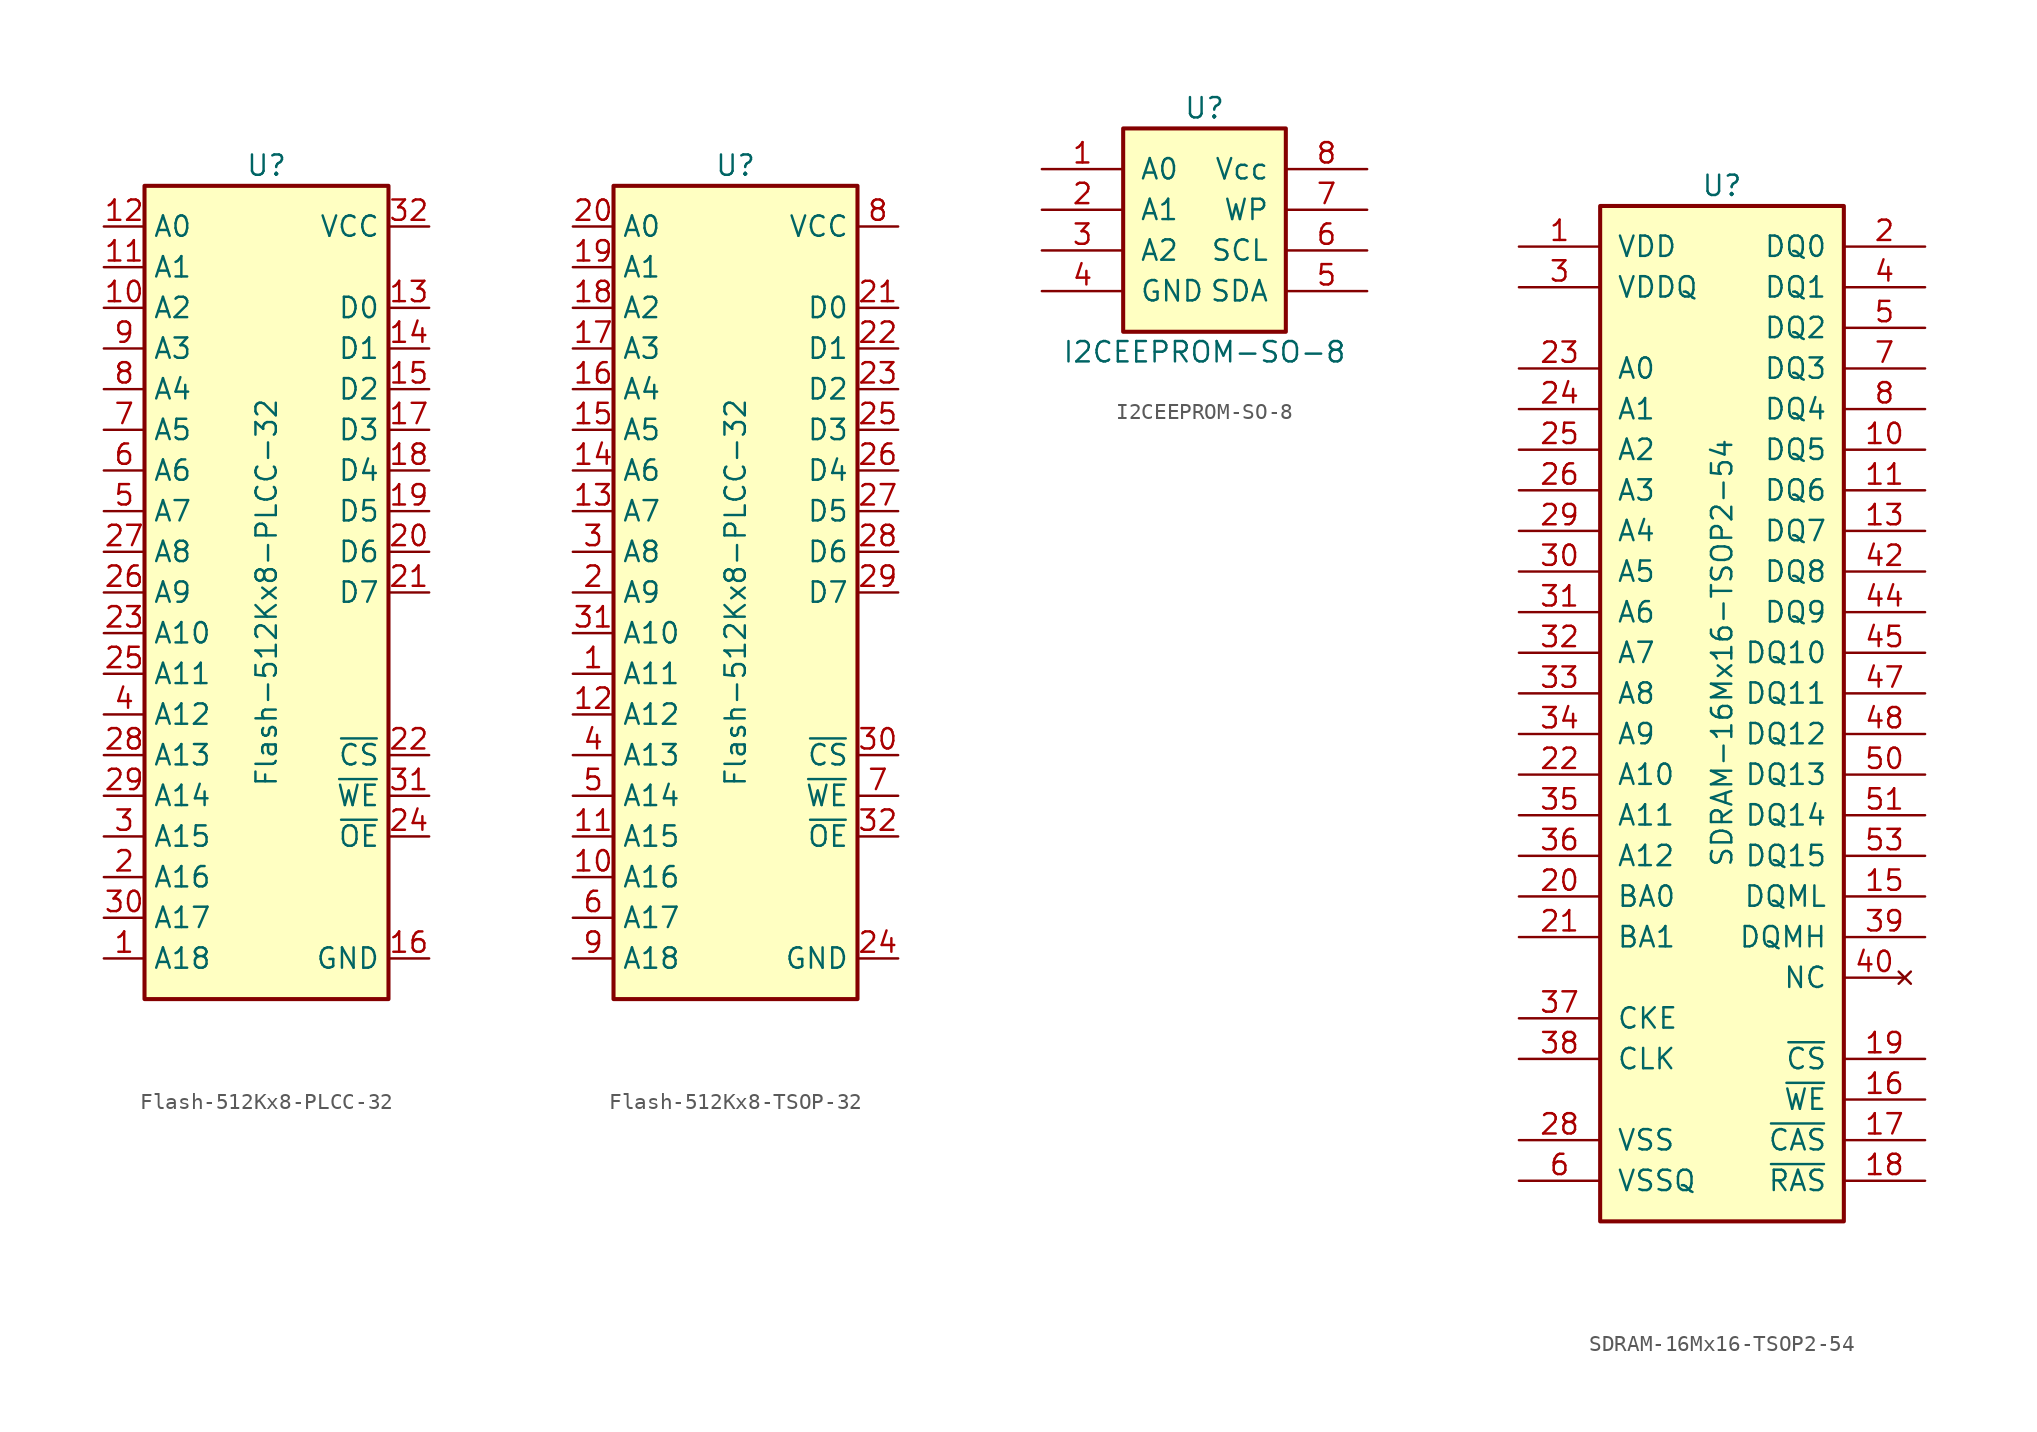
<source format=kicad_sym>
(kicad_symbol_lib
  (version 20231120)
  (generator "kicad_symbol_editor")
  (generator_version "8.0")
  (symbol "Flash-512Kx8-PLCC-32"
    (property "Reference" "U"
      (at 0 26.67 0)
      (effects (font (size 1.27 1.27))))
    (property "Value" "Flash-512Kx8-PLCC-32"
      (at 0 0 90)
      (effects (font (size 1.27 1.27))))
    (symbol "Flash-512Kx8-PLCC-32_0_0"
      (pin power_in line (at 10.16 -22.86 180) (length 2.54) (name "GND" (effects (font (size 1.27 1.27)))) (number "16" (effects (font (size 1.27 1.27)))))
      (pin power_in line (at 10.16 22.86 180) (length 2.54) (name "VCC" (effects (font (size 1.27 1.27)))) (number "32" (effects (font (size 1.27 1.27))))))
    (symbol "Flash-512Kx8-PLCC-32_0_1"
      (rectangle (start -7.62 25.4) (end 7.62 -25.4) (stroke (width 0.254) (type default)) (fill (type background))))
    (symbol "Flash-512Kx8-PLCC-32_1_1"
      (pin input line (at -10.16 -22.86 0) (length 2.54) (name "A18" (effects (font (size 1.27 1.27)))) (number "1" (effects (font (size 1.27 1.27)))))
      (pin input line (at -10.16 17.78 0) (length 2.54) (name "A2" (effects (font (size 1.27 1.27)))) (number "10" (effects (font (size 1.27 1.27)))))
      (pin input line (at -10.16 20.32 0) (length 2.54) (name "A1" (effects (font (size 1.27 1.27)))) (number "11" (effects (font (size 1.27 1.27)))))
      (pin input line (at -10.16 22.86 0) (length 2.54) (name "A0" (effects (font (size 1.27 1.27)))) (number "12" (effects (font (size 1.27 1.27)))))
      (pin bidirectional line (at 10.16 17.78 180) (length 2.54) (name "D0" (effects (font (size 1.27 1.27)))) (number "13" (effects (font (size 1.27 1.27)))))
      (pin bidirectional line (at 10.16 15.24 180) (length 2.54) (name "D1" (effects (font (size 1.27 1.27)))) (number "14" (effects (font (size 1.27 1.27)))))
      (pin bidirectional line (at 10.16 12.7 180) (length 2.54) (name "D2" (effects (font (size 1.27 1.27)))) (number "15" (effects (font (size 1.27 1.27)))))
      (pin bidirectional line (at 10.16 10.16 180) (length 2.54) (name "D3" (effects (font (size 1.27 1.27)))) (number "17" (effects (font (size 1.27 1.27)))))
      (pin bidirectional line (at 10.16 7.62 180) (length 2.54) (name "D4" (effects (font (size 1.27 1.27)))) (number "18" (effects (font (size 1.27 1.27)))))
      (pin bidirectional line (at 10.16 5.08 180) (length 2.54) (name "D5" (effects (font (size 1.27 1.27)))) (number "19" (effects (font (size 1.27 1.27)))))
      (pin input line (at -10.16 -17.78 0) (length 2.54) (name "A16" (effects (font (size 1.27 1.27)))) (number "2" (effects (font (size 1.27 1.27)))))
      (pin bidirectional line (at 10.16 2.54 180) (length 2.54) (name "D6" (effects (font (size 1.27 1.27)))) (number "20" (effects (font (size 1.27 1.27)))))
      (pin bidirectional line (at 10.16 0 180) (length 2.54) (name "D7" (effects (font (size 1.27 1.27)))) (number "21" (effects (font (size 1.27 1.27)))))
      (pin input line (at 10.16 -10.16 180) (length 2.54) (name "~{CS}" (effects (font (size 1.27 1.27)))) (number "22" (effects (font (size 1.27 1.27)))))
      (pin input line (at -10.16 -2.54 0) (length 2.54) (name "A10" (effects (font (size 1.27 1.27)))) (number "23" (effects (font (size 1.27 1.27)))))
      (pin input line (at 10.16 -15.24 180) (length 2.54) (name "~{OE}" (effects (font (size 1.27 1.27)))) (number "24" (effects (font (size 1.27 1.27)))))
      (pin input line (at -10.16 -5.08 0) (length 2.54) (name "A11" (effects (font (size 1.27 1.27)))) (number "25" (effects (font (size 1.27 1.27)))))
      (pin input line (at -10.16 0 0) (length 2.54) (name "A9" (effects (font (size 1.27 1.27)))) (number "26" (effects (font (size 1.27 1.27)))))
      (pin input line (at -10.16 2.54 0) (length 2.54) (name "A8" (effects (font (size 1.27 1.27)))) (number "27" (effects (font (size 1.27 1.27)))))
      (pin input line (at -10.16 -10.16 0) (length 2.54) (name "A13" (effects (font (size 1.27 1.27)))) (number "28" (effects (font (size 1.27 1.27)))))
      (pin input line (at -10.16 -12.7 0) (length 2.54) (name "A14" (effects (font (size 1.27 1.27)))) (number "29" (effects (font (size 1.27 1.27)))))
      (pin input line (at -10.16 -15.24 0) (length 2.54) (name "A15" (effects (font (size 1.27 1.27)))) (number "3" (effects (font (size 1.27 1.27)))))
      (pin input line (at -10.16 -20.32 0) (length 2.54) (name "A17" (effects (font (size 1.27 1.27)))) (number "30" (effects (font (size 1.27 1.27)))))
      (pin input line (at 10.16 -12.7 180) (length 2.54) (name "~{WE}" (effects (font (size 1.27 1.27)))) (number "31" (effects (font (size 1.27 1.27)))))
      (pin input line (at -10.16 -7.62 0) (length 2.54) (name "A12" (effects (font (size 1.27 1.27)))) (number "4" (effects (font (size 1.27 1.27)))))
      (pin input line (at -10.16 5.08 0) (length 2.54) (name "A7" (effects (font (size 1.27 1.27)))) (number "5" (effects (font (size 1.27 1.27)))))
      (pin input line (at -10.16 7.62 0) (length 2.54) (name "A6" (effects (font (size 1.27 1.27)))) (number "6" (effects (font (size 1.27 1.27)))))
      (pin input line (at -10.16 10.16 0) (length 2.54) (name "A5" (effects (font (size 1.27 1.27)))) (number "7" (effects (font (size 1.27 1.27)))))
      (pin input line (at -10.16 12.7 0) (length 2.54) (name "A4" (effects (font (size 1.27 1.27)))) (number "8" (effects (font (size 1.27 1.27)))))
      (pin input line (at -10.16 15.24 0) (length 2.54) (name "A3" (effects (font (size 1.27 1.27)))) (number "9" (effects (font (size 1.27 1.27)))))))
  (symbol "Flash-512Kx8-TSOP-32"
    (property "Reference" "U"
      (at 0 26.67 0)
      (effects (font (size 1.27 1.27))))
    (property "Value" "Flash-512Kx8-PLCC-32"
      (at 0 0 90)
      (effects (font (size 1.27 1.27))))
    (symbol "Flash-512Kx8-TSOP-32_0_1"
      (rectangle (start -7.62 25.4) (end 7.62 -25.4) (stroke (width 0.254) (type default)) (fill (type background))))
    (symbol "Flash-512Kx8-TSOP-32_1_0"
      (pin power_in line (at 10.16 -22.86 180) (length 2.54) (name "GND" (effects (font (size 1.27 1.27)))) (number "24" (effects (font (size 1.27 1.27)))))
      (pin power_in line (at 10.16 22.86 180) (length 2.54) (name "VCC" (effects (font (size 1.27 1.27)))) (number "8" (effects (font (size 1.27 1.27))))))
    (symbol "Flash-512Kx8-TSOP-32_1_1"
      (pin input line (at -10.16 -5.08 0) (length 2.54) (name "A11" (effects (font (size 1.27 1.27)))) (number "1" (effects (font (size 1.27 1.27)))))
      (pin input line (at -10.16 -17.78 0) (length 2.54) (name "A16" (effects (font (size 1.27 1.27)))) (number "10" (effects (font (size 1.27 1.27)))))
      (pin input line (at -10.16 -15.24 0) (length 2.54) (name "A15" (effects (font (size 1.27 1.27)))) (number "11" (effects (font (size 1.27 1.27)))))
      (pin input line (at -10.16 -7.62 0) (length 2.54) (name "A12" (effects (font (size 1.27 1.27)))) (number "12" (effects (font (size 1.27 1.27)))))
      (pin input line (at -10.16 5.08 0) (length 2.54) (name "A7" (effects (font (size 1.27 1.27)))) (number "13" (effects (font (size 1.27 1.27)))))
      (pin input line (at -10.16 7.62 0) (length 2.54) (name "A6" (effects (font (size 1.27 1.27)))) (number "14" (effects (font (size 1.27 1.27)))))
      (pin input line (at -10.16 10.16 0) (length 2.54) (name "A5" (effects (font (size 1.27 1.27)))) (number "15" (effects (font (size 1.27 1.27)))))
      (pin input line (at -10.16 12.7 0) (length 2.54) (name "A4" (effects (font (size 1.27 1.27)))) (number "16" (effects (font (size 1.27 1.27)))))
      (pin input line (at -10.16 15.24 0) (length 2.54) (name "A3" (effects (font (size 1.27 1.27)))) (number "17" (effects (font (size 1.27 1.27)))))
      (pin input line (at -10.16 17.78 0) (length 2.54) (name "A2" (effects (font (size 1.27 1.27)))) (number "18" (effects (font (size 1.27 1.27)))))
      (pin input line (at -10.16 20.32 0) (length 2.54) (name "A1" (effects (font (size 1.27 1.27)))) (number "19" (effects (font (size 1.27 1.27)))))
      (pin input line (at -10.16 0 0) (length 2.54) (name "A9" (effects (font (size 1.27 1.27)))) (number "2" (effects (font (size 1.27 1.27)))))
      (pin input line (at -10.16 22.86 0) (length 2.54) (name "A0" (effects (font (size 1.27 1.27)))) (number "20" (effects (font (size 1.27 1.27)))))
      (pin bidirectional line (at 10.16 17.78 180) (length 2.54) (name "D0" (effects (font (size 1.27 1.27)))) (number "21" (effects (font (size 1.27 1.27)))))
      (pin bidirectional line (at 10.16 15.24 180) (length 2.54) (name "D1" (effects (font (size 1.27 1.27)))) (number "22" (effects (font (size 1.27 1.27)))))
      (pin bidirectional line (at 10.16 12.7 180) (length 2.54) (name "D2" (effects (font (size 1.27 1.27)))) (number "23" (effects (font (size 1.27 1.27)))))
      (pin bidirectional line (at 10.16 10.16 180) (length 2.54) (name "D3" (effects (font (size 1.27 1.27)))) (number "25" (effects (font (size 1.27 1.27)))))
      (pin bidirectional line (at 10.16 7.62 180) (length 2.54) (name "D4" (effects (font (size 1.27 1.27)))) (number "26" (effects (font (size 1.27 1.27)))))
      (pin bidirectional line (at 10.16 5.08 180) (length 2.54) (name "D5" (effects (font (size 1.27 1.27)))) (number "27" (effects (font (size 1.27 1.27)))))
      (pin bidirectional line (at 10.16 2.54 180) (length 2.54) (name "D6" (effects (font (size 1.27 1.27)))) (number "28" (effects (font (size 1.27 1.27)))))
      (pin bidirectional line (at 10.16 0 180) (length 2.54) (name "D7" (effects (font (size 1.27 1.27)))) (number "29" (effects (font (size 1.27 1.27)))))
      (pin input line (at -10.16 2.54 0) (length 2.54) (name "A8" (effects (font (size 1.27 1.27)))) (number "3" (effects (font (size 1.27 1.27)))))
      (pin input line (at 10.16 -10.16 180) (length 2.54) (name "~{CS}" (effects (font (size 1.27 1.27)))) (number "30" (effects (font (size 1.27 1.27)))))
      (pin input line (at -10.16 -2.54 0) (length 2.54) (name "A10" (effects (font (size 1.27 1.27)))) (number "31" (effects (font (size 1.27 1.27)))))
      (pin input line (at 10.16 -15.24 180) (length 2.54) (name "~{OE}" (effects (font (size 1.27 1.27)))) (number "32" (effects (font (size 1.27 1.27)))))
      (pin input line (at -10.16 -10.16 0) (length 2.54) (name "A13" (effects (font (size 1.27 1.27)))) (number "4" (effects (font (size 1.27 1.27)))))
      (pin input line (at -10.16 -12.7 0) (length 2.54) (name "A14" (effects (font (size 1.27 1.27)))) (number "5" (effects (font (size 1.27 1.27)))))
      (pin input line (at -10.16 -20.32 0) (length 2.54) (name "A17" (effects (font (size 1.27 1.27)))) (number "6" (effects (font (size 1.27 1.27)))))
      (pin input line (at 10.16 -12.7 180) (length 2.54) (name "~{WE}" (effects (font (size 1.27 1.27)))) (number "7" (effects (font (size 1.27 1.27)))))
      (pin input line (at -10.16 -22.86 0) (length 2.54) (name "A18" (effects (font (size 1.27 1.27)))) (number "9" (effects (font (size 1.27 1.27)))))))
  (symbol "I2CEEPROM-SO-8"
    (pin_names
      (offset 1.016))
    (property "Reference" "U"
      (at 0 7.62 0)
      (effects (font (size 1.27 1.27))))
    (property "Value" "I2CEEPROM-SO-8"
      (at 0 -7.62 0)
      (effects (font (size 1.27 1.27))))
    (symbol "I2CEEPROM-SO-8_0_1"
      (rectangle (start -5.08 6.35) (end 5.08 -6.35) (stroke (width 0.254) (type default)) (fill (type background))))
    (symbol "I2CEEPROM-SO-8_1_1"
      (pin input line (at -10.16 3.81 0) (length 5.08) (name "A0" (effects (font (size 1.27 1.27)))) (number "1" (effects (font (size 1.27 1.27)))))
      (pin input line (at -10.16 1.27 0) (length 5.08) (name "A1" (effects (font (size 1.27 1.27)))) (number "2" (effects (font (size 1.27 1.27)))))
      (pin input line (at -10.16 -1.27 0) (length 5.08) (name "A2" (effects (font (size 1.27 1.27)))) (number "3" (effects (font (size 1.27 1.27)))))
      (pin power_in line (at -10.16 -3.81 0) (length 5.08) (name "GND" (effects (font (size 1.27 1.27)))) (number "4" (effects (font (size 1.27 1.27)))))
      (pin open_collector line (at 10.16 -3.81 180) (length 5.08) (name "SDA" (effects (font (size 1.27 1.27)))) (number "5" (effects (font (size 1.27 1.27)))))
      (pin input line (at 10.16 -1.27 180) (length 5.08) (name "SCL" (effects (font (size 1.27 1.27)))) (number "6" (effects (font (size 1.27 1.27)))))
      (pin input line (at 10.16 1.27 180) (length 5.08) (name "WP" (effects (font (size 1.27 1.27)))) (number "7" (effects (font (size 1.27 1.27)))))
      (pin power_in line (at 10.16 3.81 180) (length 5.08) (name "Vcc" (effects (font (size 1.27 1.27)))) (number "8" (effects (font (size 1.27 1.27)))))))
  (symbol "SDRAM-16Mx16-TSOP2-54"
    (pin_names
      (offset 1.016))
    (property "Reference" "U"
      (at 0 29.21 0)
      (effects (font (size 1.27 1.27))))
    (property "Value" "SDRAM-16Mx16-TSOP2-54"
      (at 0 0 90)
      (effects (font (size 1.27 1.27))))
    (symbol "SDRAM-16Mx16-TSOP2-54_0_1"
      (rectangle (start -7.62 27.94) (end 7.62 -35.56) (stroke (width 0.254) (type default)) (fill (type background))))
    (symbol "SDRAM-16Mx16-TSOP2-54_1_1"
      (pin power_in line (at -12.7 25.4 0) (length 5.08) (name "VDD" (effects (font (size 1.27 1.27)))) (number "1" (effects (font (size 1.27 1.27)))))
      (pin bidirectional line (at 12.7 12.7 180) (length 5.08) (name "DQ5" (effects (font (size 1.27 1.27)))) (number "10" (effects (font (size 1.27 1.27)))))
      (pin bidirectional line (at 12.7 10.16 180) (length 5.08) (name "DQ6" (effects (font (size 1.27 1.27)))) (number "11" (effects (font (size 1.27 1.27)))))
      (pin power_in line (at -12.7 -33.02 0) (length 5.08) hide (name "VSSQ" (effects (font (size 1.27 1.27)))) (number "12" (effects (font (size 1.27 1.27)))))
      (pin bidirectional line (at 12.7 7.62 180) (length 5.08) (name "DQ7" (effects (font (size 1.27 1.27)))) (number "13" (effects (font (size 1.27 1.27)))))
      (pin power_in line (at -12.7 25.4 0) (length 5.08) hide (name "VDD" (effects (font (size 1.27 1.27)))) (number "14" (effects (font (size 1.27 1.27)))))
      (pin input line (at 12.7 -15.24 180) (length 5.08) (name "DQML" (effects (font (size 1.27 1.27)))) (number "15" (effects (font (size 1.27 1.27)))))
      (pin input line (at 12.7 -27.94 180) (length 5.08) (name "~{WE}" (effects (font (size 1.27 1.27)))) (number "16" (effects (font (size 1.27 1.27)))))
      (pin input line (at 12.7 -30.48 180) (length 5.08) (name "~{CAS}" (effects (font (size 1.27 1.27)))) (number "17" (effects (font (size 1.27 1.27)))))
      (pin input line (at 12.7 -33.02 180) (length 5.08) (name "~{RAS}" (effects (font (size 1.27 1.27)))) (number "18" (effects (font (size 1.27 1.27)))))
      (pin input line (at 12.7 -25.4 180) (length 5.08) (name "~{CS}" (effects (font (size 1.27 1.27)))) (number "19" (effects (font (size 1.27 1.27)))))
      (pin bidirectional line (at 12.7 25.4 180) (length 5.08) (name "DQ0" (effects (font (size 1.27 1.27)))) (number "2" (effects (font (size 1.27 1.27)))))
      (pin input line (at -12.7 -15.24 0) (length 5.08) (name "BA0" (effects (font (size 1.27 1.27)))) (number "20" (effects (font (size 1.27 1.27)))))
      (pin input line (at -12.7 -17.78 0) (length 5.08) (name "BA1" (effects (font (size 1.27 1.27)))) (number "21" (effects (font (size 1.27 1.27)))))
      (pin input line (at -12.7 -7.62 0) (length 5.08) (name "A10" (effects (font (size 1.27 1.27)))) (number "22" (effects (font (size 1.27 1.27)))))
      (pin input line (at -12.7 17.78 0) (length 5.08) (name "A0" (effects (font (size 1.27 1.27)))) (number "23" (effects (font (size 1.27 1.27)))))
      (pin input line (at -12.7 15.24 0) (length 5.08) (name "A1" (effects (font (size 1.27 1.27)))) (number "24" (effects (font (size 1.27 1.27)))))
      (pin input line (at -12.7 12.7 0) (length 5.08) (name "A2" (effects (font (size 1.27 1.27)))) (number "25" (effects (font (size 1.27 1.27)))))
      (pin input line (at -12.7 10.16 0) (length 5.08) (name "A3" (effects (font (size 1.27 1.27)))) (number "26" (effects (font (size 1.27 1.27)))))
      (pin power_in line (at -12.7 25.4 0) (length 5.08) hide (name "VDD" (effects (font (size 1.27 1.27)))) (number "27" (effects (font (size 1.27 1.27)))))
      (pin power_in line (at -12.7 -30.48 0) (length 5.08) (name "VSS" (effects (font (size 1.27 1.27)))) (number "28" (effects (font (size 1.27 1.27)))))
      (pin input line (at -12.7 7.62 0) (length 5.08) (name "A4" (effects (font (size 1.27 1.27)))) (number "29" (effects (font (size 1.27 1.27)))))
      (pin power_in line (at -12.7 22.86 0) (length 5.08) (name "VDDQ" (effects (font (size 1.27 1.27)))) (number "3" (effects (font (size 1.27 1.27)))))
      (pin input line (at -12.7 5.08 0) (length 5.08) (name "A5" (effects (font (size 1.27 1.27)))) (number "30" (effects (font (size 1.27 1.27)))))
      (pin input line (at -12.7 2.54 0) (length 5.08) (name "A6" (effects (font (size 1.27 1.27)))) (number "31" (effects (font (size 1.27 1.27)))))
      (pin input line (at -12.7 0 0) (length 5.08) (name "A7" (effects (font (size 1.27 1.27)))) (number "32" (effects (font (size 1.27 1.27)))))
      (pin input line (at -12.7 -2.54 0) (length 5.08) (name "A8" (effects (font (size 1.27 1.27)))) (number "33" (effects (font (size 1.27 1.27)))))
      (pin input line (at -12.7 -5.08 0) (length 5.08) (name "A9" (effects (font (size 1.27 1.27)))) (number "34" (effects (font (size 1.27 1.27)))))
      (pin input line (at -12.7 -10.16 0) (length 5.08) (name "A11" (effects (font (size 1.27 1.27)))) (number "35" (effects (font (size 1.27 1.27)))))
      (pin input line (at -12.7 -12.7 0) (length 5.08) (name "A12" (effects (font (size 1.27 1.27)))) (number "36" (effects (font (size 1.27 1.27)))))
      (pin input line (at -12.7 -22.86 0) (length 5.08) (name "CKE" (effects (font (size 1.27 1.27)))) (number "37" (effects (font (size 1.27 1.27)))))
      (pin input line (at -12.7 -25.4 0) (length 5.08) (name "CLK" (effects (font (size 1.27 1.27)))) (number "38" (effects (font (size 1.27 1.27)))))
      (pin input line (at 12.7 -17.78 180) (length 5.08) (name "DQMH" (effects (font (size 1.27 1.27)))) (number "39" (effects (font (size 1.27 1.27)))))
      (pin bidirectional line (at 12.7 22.86 180) (length 5.08) (name "DQ1" (effects (font (size 1.27 1.27)))) (number "4" (effects (font (size 1.27 1.27)))))
      (pin no_connect line (at 11.43 -20.32 180) (length 3.81) (name "NC" (effects (font (size 1.27 1.27)))) (number "40" (effects (font (size 1.27 1.27)))))
      (pin power_in line (at -12.7 -30.48 0) (length 5.08) hide (name "VSS" (effects (font (size 1.27 1.27)))) (number "41" (effects (font (size 1.27 1.27)))))
      (pin bidirectional line (at 12.7 5.08 180) (length 5.08) (name "DQ8" (effects (font (size 1.27 1.27)))) (number "42" (effects (font (size 1.27 1.27)))))
      (pin power_in line (at -12.7 22.86 0) (length 5.08) hide (name "VDDQ" (effects (font (size 1.27 1.27)))) (number "43" (effects (font (size 1.27 1.27)))))
      (pin bidirectional line (at 12.7 2.54 180) (length 5.08) (name "DQ9" (effects (font (size 1.27 1.27)))) (number "44" (effects (font (size 1.27 1.27)))))
      (pin bidirectional line (at 12.7 0 180) (length 5.08) (name "DQ10" (effects (font (size 1.27 1.27)))) (number "45" (effects (font (size 1.27 1.27)))))
      (pin power_in line (at -12.7 -33.02 0) (length 5.08) hide (name "VSSQ" (effects (font (size 1.27 1.27)))) (number "46" (effects (font (size 1.27 1.27)))))
      (pin bidirectional line (at 12.7 -2.54 180) (length 5.08) (name "DQ11" (effects (font (size 1.27 1.27)))) (number "47" (effects (font (size 1.27 1.27)))))
      (pin bidirectional line (at 12.7 -5.08 180) (length 5.08) (name "DQ12" (effects (font (size 1.27 1.27)))) (number "48" (effects (font (size 1.27 1.27)))))
      (pin power_in line (at -12.7 22.86 0) (length 5.08) hide (name "VDDQ" (effects (font (size 1.27 1.27)))) (number "49" (effects (font (size 1.27 1.27)))))
      (pin bidirectional line (at 12.7 20.32 180) (length 5.08) (name "DQ2" (effects (font (size 1.27 1.27)))) (number "5" (effects (font (size 1.27 1.27)))))
      (pin bidirectional line (at 12.7 -7.62 180) (length 5.08) (name "DQ13" (effects (font (size 1.27 1.27)))) (number "50" (effects (font (size 1.27 1.27)))))
      (pin bidirectional line (at 12.7 -10.16 180) (length 5.08) (name "DQ14" (effects (font (size 1.27 1.27)))) (number "51" (effects (font (size 1.27 1.27)))))
      (pin power_in line (at -12.7 -33.02 0) (length 5.08) hide (name "VSSQ" (effects (font (size 1.27 1.27)))) (number "52" (effects (font (size 1.27 1.27)))))
      (pin bidirectional line (at 12.7 -12.7 180) (length 5.08) (name "DQ15" (effects (font (size 1.27 1.27)))) (number "53" (effects (font (size 1.27 1.27)))))
      (pin power_in line (at -12.7 -30.48 0) (length 5.08) hide (name "VSS" (effects (font (size 1.27 1.27)))) (number "54" (effects (font (size 1.27 1.27)))))
      (pin power_in line (at -12.7 -33.02 0) (length 5.08) (name "VSSQ" (effects (font (size 1.27 1.27)))) (number "6" (effects (font (size 1.27 1.27)))))
      (pin bidirectional line (at 12.7 17.78 180) (length 5.08) (name "DQ3" (effects (font (size 1.27 1.27)))) (number "7" (effects (font (size 1.27 1.27)))))
      (pin bidirectional line (at 12.7 15.24 180) (length 5.08) (name "DQ4" (effects (font (size 1.27 1.27)))) (number "8" (effects (font (size 1.27 1.27)))))
      (pin power_in line (at -12.7 22.86 0) (length 5.08) hide (name "VDDQ" (effects (font (size 1.27 1.27)))) (number "9" (effects (font (size 1.27 1.27))))))))
</source>
